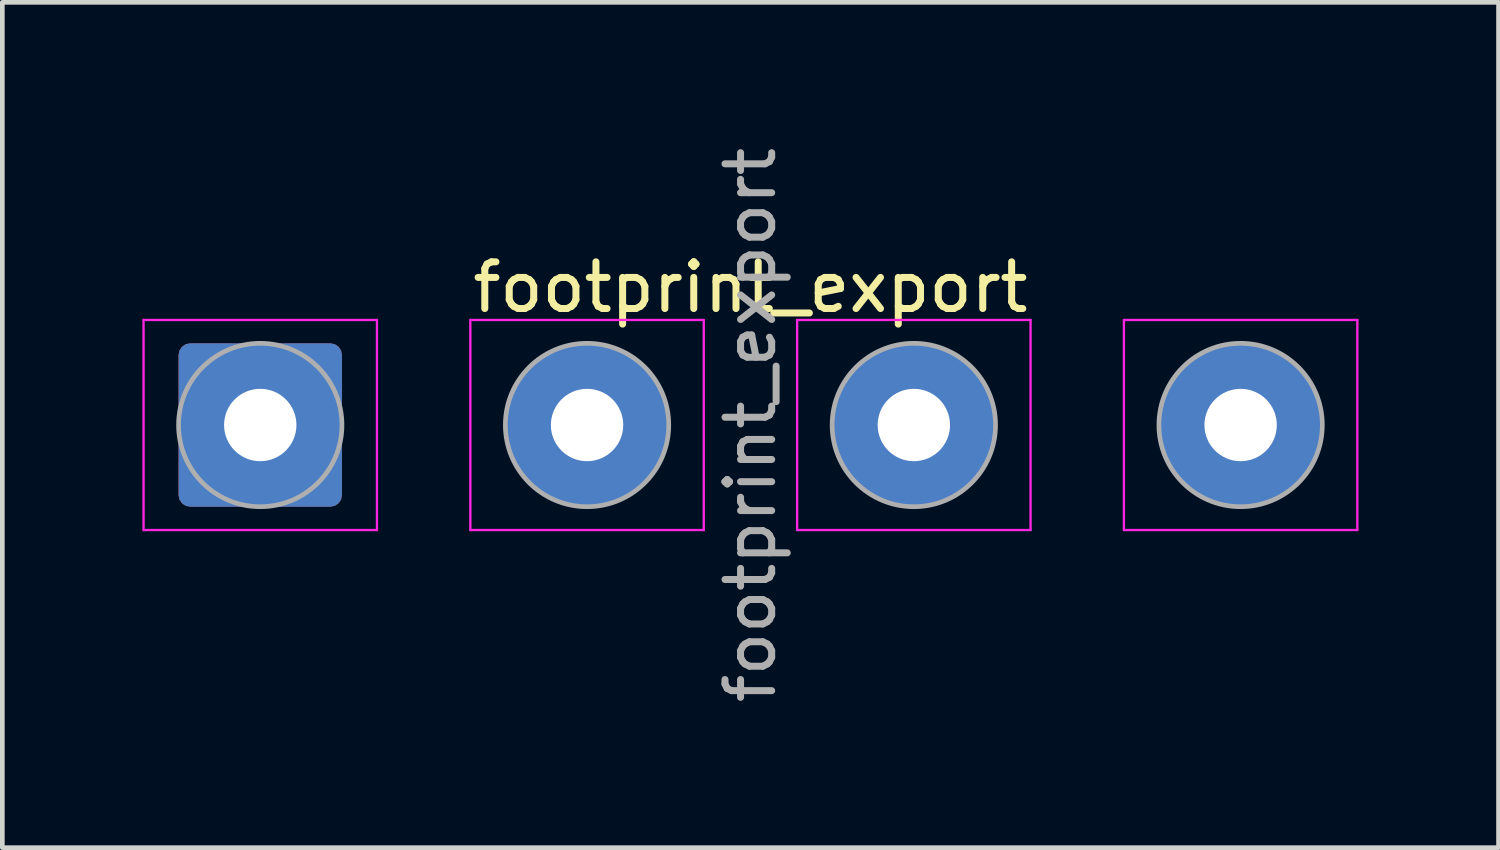
<source format=kicad_pcb>
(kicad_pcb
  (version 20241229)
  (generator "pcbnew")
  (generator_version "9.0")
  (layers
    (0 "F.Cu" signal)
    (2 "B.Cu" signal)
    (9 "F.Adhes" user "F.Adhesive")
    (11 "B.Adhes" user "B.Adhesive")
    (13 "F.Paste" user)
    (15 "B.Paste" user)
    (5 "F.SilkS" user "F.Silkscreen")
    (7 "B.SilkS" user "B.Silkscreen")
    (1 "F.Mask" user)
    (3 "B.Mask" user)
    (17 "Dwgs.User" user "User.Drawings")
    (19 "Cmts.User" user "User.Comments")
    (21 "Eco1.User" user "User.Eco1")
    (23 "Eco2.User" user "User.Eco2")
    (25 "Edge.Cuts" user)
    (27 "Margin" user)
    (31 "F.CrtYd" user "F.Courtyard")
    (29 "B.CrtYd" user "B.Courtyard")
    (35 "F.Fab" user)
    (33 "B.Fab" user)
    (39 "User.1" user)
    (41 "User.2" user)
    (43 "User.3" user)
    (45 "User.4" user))
  (footprint "footprint_export"
    (layer "F.Cu")
    (at 2.525 6.054)
    (property "Reference" "footprint_export" (at 10.5 -2.95 0) (layer "F.SilkS") (effects (font (size 1 1) (thickness 0.15))))
    (attr exclude_from_pos_files exclude_from_bom)
    (fp_line (start -2.5 -2.25) (end -2.5 2.25) (stroke (width 0.05) (type solid)) (layer "F.CrtYd"))
    (fp_line (start -2.5 2.25) (end 2.5 2.25) (stroke (width 0.05) (type solid)) (layer "F.CrtYd"))
    (fp_line (start 2.5 -2.25) (end -2.5 -2.25) (stroke (width 0.05) (type solid)) (layer "F.CrtYd"))
    (fp_line (start 2.5 2.25) (end 2.5 -2.25) (stroke (width 0.05) (type solid)) (layer "F.CrtYd"))
    (fp_line (start 4.5 -2.25) (end 4.5 2.25) (stroke (width 0.05) (type solid)) (layer "F.CrtYd"))
    (fp_line (start 4.5 2.25) (end 9.5 2.25) (stroke (width 0.05) (type solid)) (layer "F.CrtYd"))
    (fp_line (start 9.5 -2.25) (end 4.5 -2.25) (stroke (width 0.05) (type solid)) (layer "F.CrtYd"))
    (fp_line (start 9.5 2.25) (end 9.5 -2.25) (stroke (width 0.05) (type solid)) (layer "F.CrtYd"))
    (fp_line (start 11.5 -2.25) (end 11.5 2.25) (stroke (width 0.05) (type solid)) (layer "F.CrtYd"))
    (fp_line (start 11.5 2.25) (end 16.5 2.25) (stroke (width 0.05) (type solid)) (layer "F.CrtYd"))
    (fp_line (start 16.5 -2.25) (end 11.5 -2.25) (stroke (width 0.05) (type solid)) (layer "F.CrtYd"))
    (fp_line (start 16.5 2.25) (end 16.5 -2.25) (stroke (width 0.05) (type solid)) (layer "F.CrtYd"))
    (fp_line (start 18.5 -2.25) (end 18.5 2.25) (stroke (width 0.05) (type solid)) (layer "F.CrtYd"))
    (fp_line (start 18.5 2.25) (end 23.5 2.25) (stroke (width 0.05) (type solid)) (layer "F.CrtYd"))
    (fp_line (start 23.5 -2.25) (end 18.5 -2.25) (stroke (width 0.05) (type solid)) (layer "F.CrtYd"))
    (fp_line (start 23.5 2.25) (end 23.5 -2.25) (stroke (width 0.05) (type solid)) (layer "F.CrtYd"))
    (fp_circle (center 0 0) (end 1.75 0) (stroke (width 0.1) (type solid)) (fill no) (layer "F.Fab"))
    (fp_circle (center 7 0) (end 8.75 0) (stroke (width 0.1) (type solid)) (fill no) (layer "F.Fab"))
    (fp_circle (center 14 0) (end 15.75 0) (stroke (width 0.1) (type solid)) (fill no) (layer "F.Fab"))
    (fp_circle (center 21 0) (end 22.75 0) (stroke (width 0.1) (type solid)) (fill no) (layer "F.Fab"))
    (fp_text user "${REFERENCE}" (at 10.5 0 90) (layer "F.Fab") (effects (font (size 1 1) (thickness 0.15))))
    (pad "1" thru_hole roundrect (at 0 0) (size 3.5 3.5) (drill 1.55) (layers "*.Cu" "*.Mask") (roundrect_rratio 0.071))
    (pad "2" thru_hole circle (at 7 0) (size 3.5 3.5) (drill 1.55) (layers "*.Cu" "*.Mask"))
    (pad "3" thru_hole circle (at 14 0) (size 3.5 3.5) (drill 1.55) (layers "*.Cu" "*.Mask"))
    (pad "4" thru_hole circle (at 21 0) (size 3.5 3.5) (drill 1.55) (layers "*.Cu" "*.Mask")))
  (gr_rect
    (start -3 -3)
    (end 29.05 15.107)
    (stroke (width 0.1) (type default))
    (fill no)
    (layer "Edge.Cuts")))
</source>
